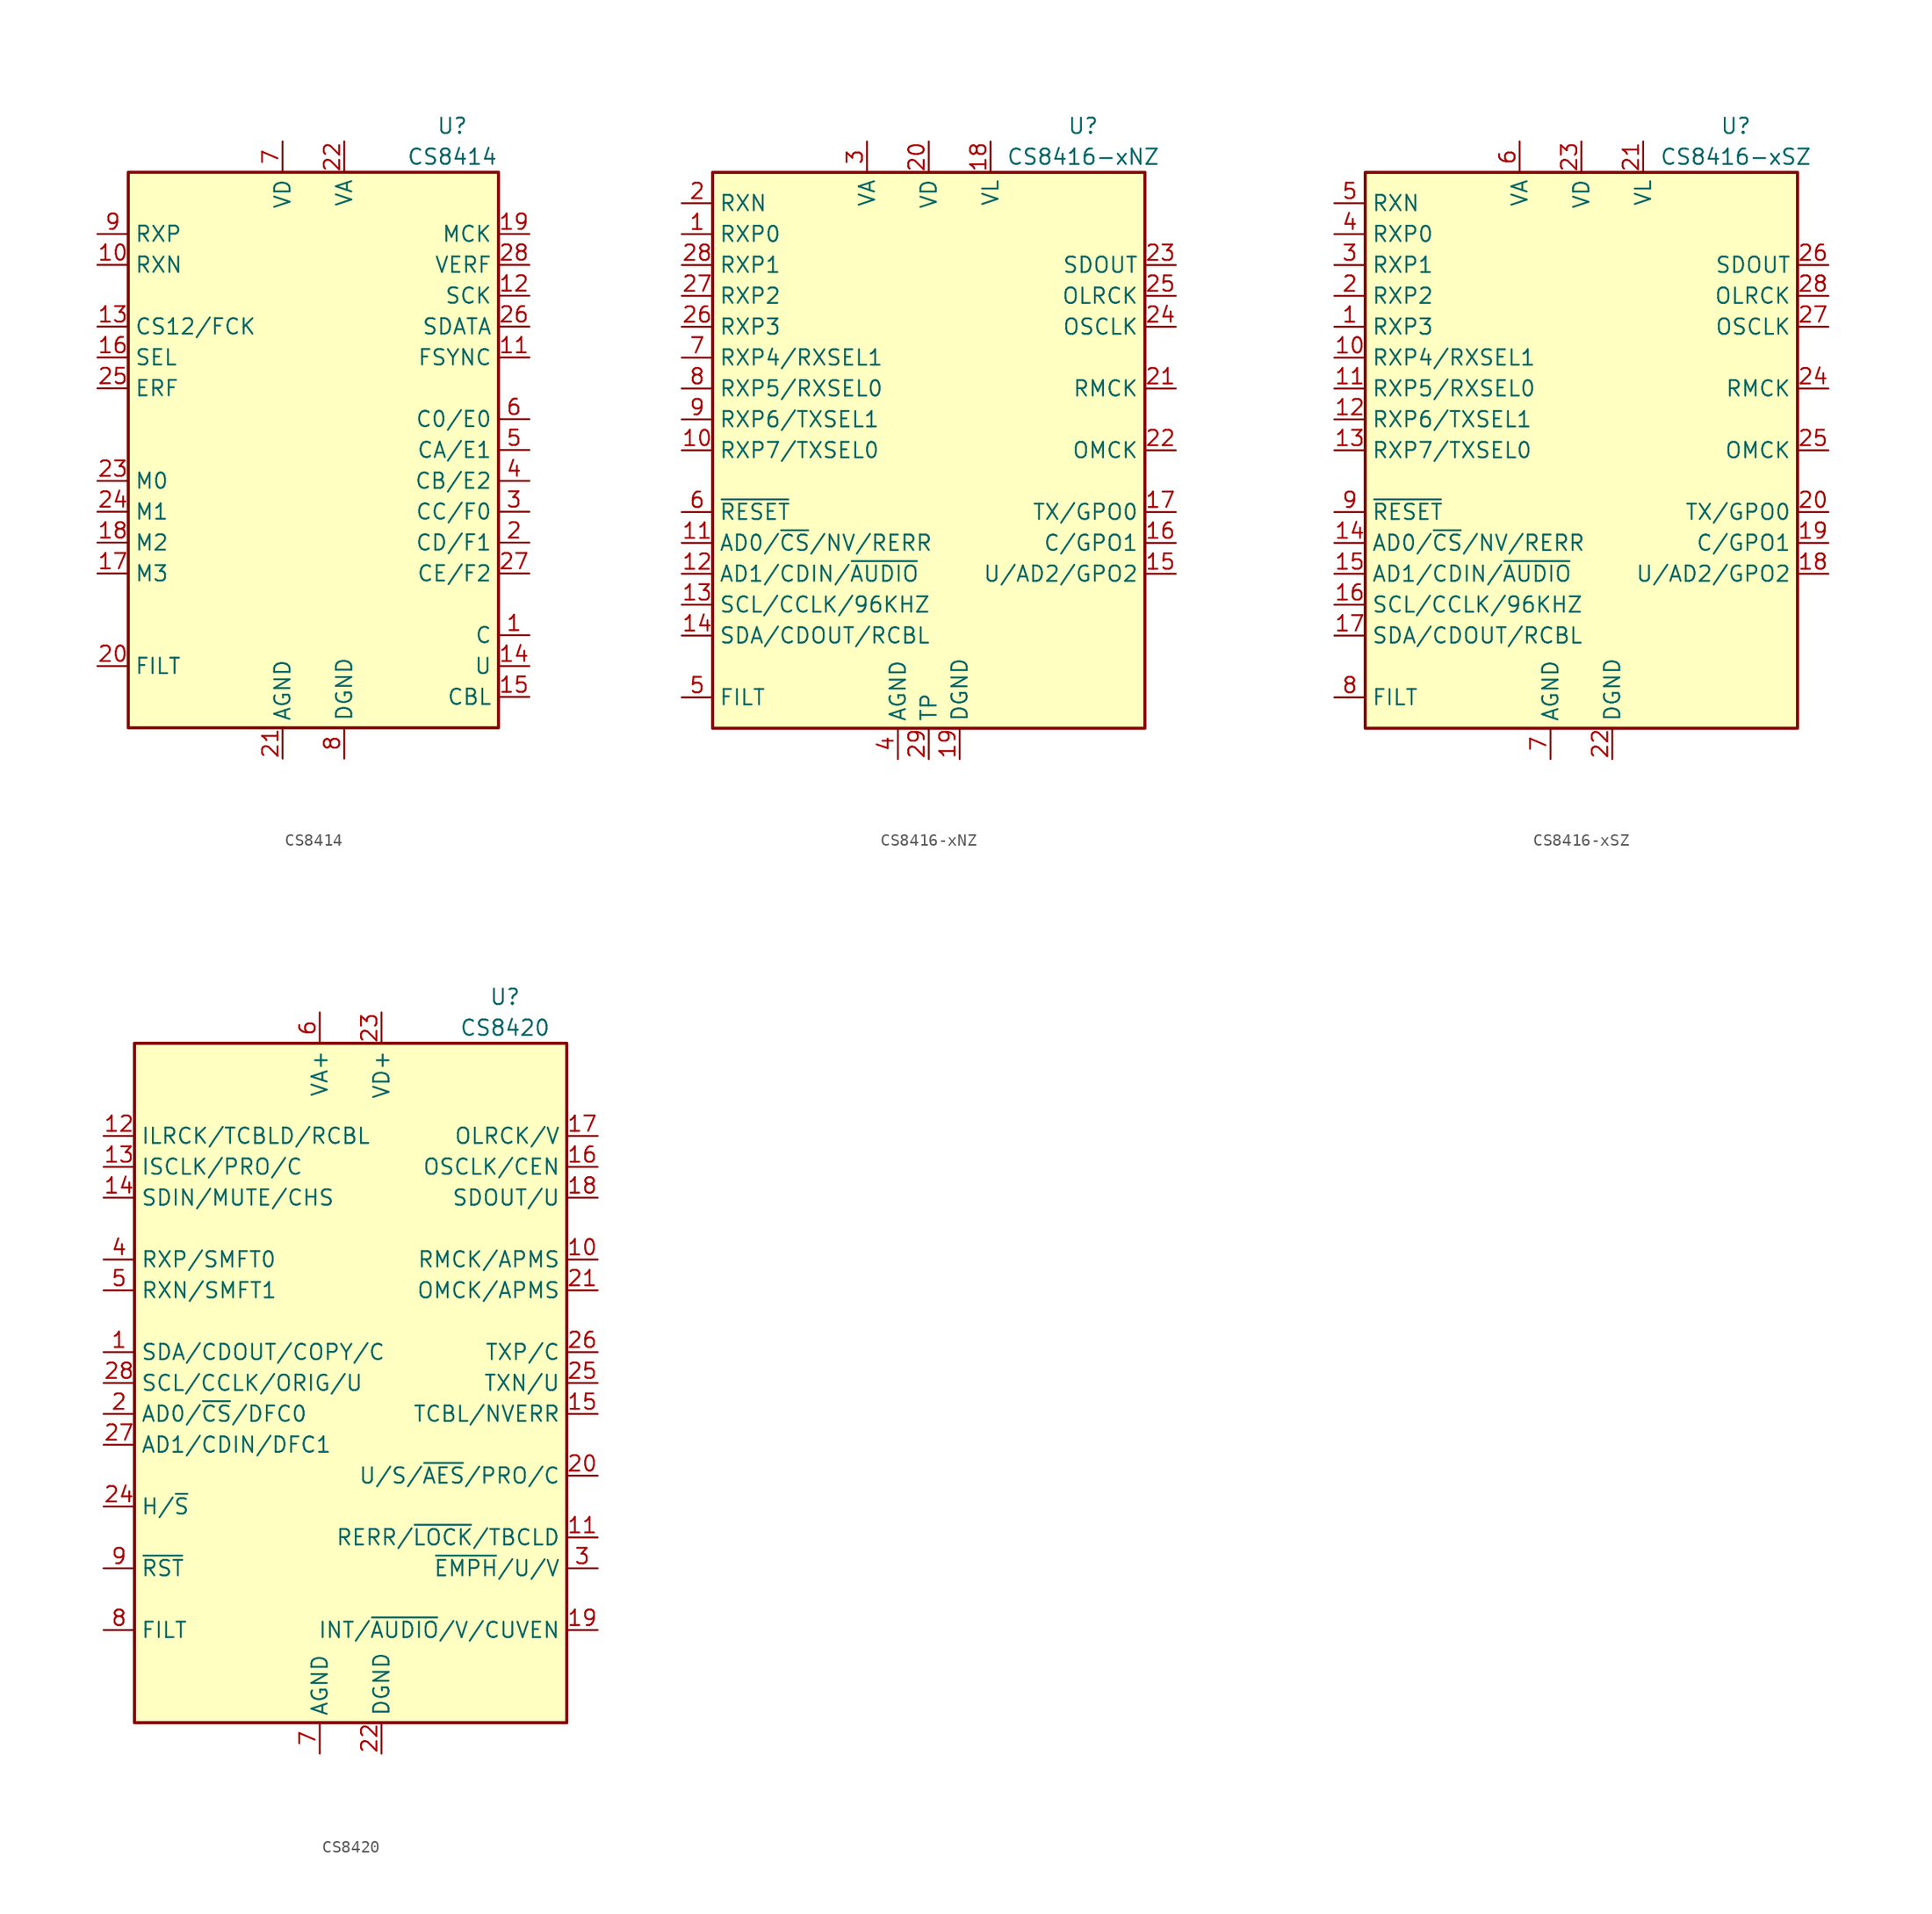
<source format=kicad_sym>
(kicad_symbol_lib
  (version 20231120)
  (generator "kicad_symbol_editor")
  (generator_version "8.0")
  (symbol "CS8414"
    (property "Reference" "U"
      (at 11.43 26.67 0)
      (effects (font (size 1.27 1.27))))
    (property "Value" "CS8414"
      (at 11.43 24.13 0)
      (effects (font (size 1.27 1.27))))
    (symbol "CS8414_0_1"
      (rectangle (start -15.24 -22.86) (end 15.24 22.86) (stroke (width 0.254) (type solid)) (fill (type background))))
    (symbol "CS8414_1_1"
      (pin output line (at 17.78 -15.24 180) (length 2.54) (name "C" (effects (font (size 1.27 1.27)))) (number "1" (effects (font (size 1.27 1.27)))))
      (pin input line (at -17.78 15.24 0) (length 2.54) (name "RXN" (effects (font (size 1.27 1.27)))) (number "10" (effects (font (size 1.27 1.27)))))
      (pin bidirectional line (at 17.78 7.62 180) (length 2.54) (name "FSYNC" (effects (font (size 1.27 1.27)))) (number "11" (effects (font (size 1.27 1.27)))))
      (pin bidirectional line (at 17.78 12.7 180) (length 2.54) (name "SCK" (effects (font (size 1.27 1.27)))) (number "12" (effects (font (size 1.27 1.27)))))
      (pin input line (at -17.78 10.16 0) (length 2.54) (name "CS12/FCK" (effects (font (size 1.27 1.27)))) (number "13" (effects (font (size 1.27 1.27)))))
      (pin output line (at 17.78 -17.78 180) (length 2.54) (name "U" (effects (font (size 1.27 1.27)))) (number "14" (effects (font (size 1.27 1.27)))))
      (pin output line (at 17.78 -20.32 180) (length 2.54) (name "CBL" (effects (font (size 1.27 1.27)))) (number "15" (effects (font (size 1.27 1.27)))))
      (pin input line (at -17.78 7.62 0) (length 2.54) (name "SEL" (effects (font (size 1.27 1.27)))) (number "16" (effects (font (size 1.27 1.27)))))
      (pin input line (at -17.78 -10.16 0) (length 2.54) (name "M3" (effects (font (size 1.27 1.27)))) (number "17" (effects (font (size 1.27 1.27)))))
      (pin input line (at -17.78 -7.62 0) (length 2.54) (name "M2" (effects (font (size 1.27 1.27)))) (number "18" (effects (font (size 1.27 1.27)))))
      (pin output line (at 17.78 17.78 180) (length 2.54) (name "MCK" (effects (font (size 1.27 1.27)))) (number "19" (effects (font (size 1.27 1.27)))))
      (pin output line (at 17.78 -7.62 180) (length 2.54) (name "CD/F1" (effects (font (size 1.27 1.27)))) (number "2" (effects (font (size 1.27 1.27)))))
      (pin input line (at -17.78 -17.78 0) (length 2.54) (name "FILT" (effects (font (size 1.27 1.27)))) (number "20" (effects (font (size 1.27 1.27)))))
      (pin power_in line (at -2.54 -25.4 90) (length 2.54) (name "AGND" (effects (font (size 1.27 1.27)))) (number "21" (effects (font (size 1.27 1.27)))))
      (pin power_in line (at 2.54 25.4 270) (length 2.54) (name "VA" (effects (font (size 1.27 1.27)))) (number "22" (effects (font (size 1.27 1.27)))))
      (pin input line (at -17.78 -2.54 0) (length 2.54) (name "M0" (effects (font (size 1.27 1.27)))) (number "23" (effects (font (size 1.27 1.27)))))
      (pin input line (at -17.78 -5.08 0) (length 2.54) (name "M1" (effects (font (size 1.27 1.27)))) (number "24" (effects (font (size 1.27 1.27)))))
      (pin output line (at -17.78 5.08 0) (length 2.54) (name "ERF" (effects (font (size 1.27 1.27)))) (number "25" (effects (font (size 1.27 1.27)))))
      (pin output line (at 17.78 10.16 180) (length 2.54) (name "SDATA" (effects (font (size 1.27 1.27)))) (number "26" (effects (font (size 1.27 1.27)))))
      (pin output line (at 17.78 -10.16 180) (length 2.54) (name "CE/F2" (effects (font (size 1.27 1.27)))) (number "27" (effects (font (size 1.27 1.27)))))
      (pin output line (at 17.78 15.24 180) (length 2.54) (name "VERF" (effects (font (size 1.27 1.27)))) (number "28" (effects (font (size 1.27 1.27)))))
      (pin output line (at 17.78 -5.08 180) (length 2.54) (name "CC/F0" (effects (font (size 1.27 1.27)))) (number "3" (effects (font (size 1.27 1.27)))))
      (pin output line (at 17.78 -2.54 180) (length 2.54) (name "CB/E2" (effects (font (size 1.27 1.27)))) (number "4" (effects (font (size 1.27 1.27)))))
      (pin output line (at 17.78 0 180) (length 2.54) (name "CA/E1" (effects (font (size 1.27 1.27)))) (number "5" (effects (font (size 1.27 1.27)))))
      (pin output line (at 17.78 2.54 180) (length 2.54) (name "C0/E0" (effects (font (size 1.27 1.27)))) (number "6" (effects (font (size 1.27 1.27)))))
      (pin power_in line (at -2.54 25.4 270) (length 2.54) (name "VD" (effects (font (size 1.27 1.27)))) (number "7" (effects (font (size 1.27 1.27)))))
      (pin power_in line (at 2.54 -25.4 90) (length 2.54) (name "DGND" (effects (font (size 1.27 1.27)))) (number "8" (effects (font (size 1.27 1.27)))))
      (pin input line (at -17.78 17.78 0) (length 2.54) (name "RXP" (effects (font (size 1.27 1.27)))) (number "9" (effects (font (size 1.27 1.27)))))))
  (symbol "CS8416-xNZ"
    (property "Reference" "U"
      (at 12.7 26.67 0)
      (effects (font (size 1.27 1.27))))
    (property "Value" "CS8416-xNZ"
      (at 12.7 24.13 0)
      (effects (font (size 1.27 1.27))))
    (symbol "CS8416-xNZ_0_1"
      (rectangle (start -17.78 22.86) (end 17.78 -22.86) (stroke (width 0.254) (type solid)) (fill (type background))))
    (symbol "CS8416-xNZ_1_1"
      (pin input line (at -20.32 17.78 0) (length 2.54) (name "RXP0" (effects (font (size 1.27 1.27)))) (number "1" (effects (font (size 1.27 1.27)))))
      (pin input line (at -20.32 0 0) (length 2.54) (name "RXP7/TXSEL0" (effects (font (size 1.27 1.27)))) (number "10" (effects (font (size 1.27 1.27)))))
      (pin input line (at -20.32 -7.62 0) (length 2.54) (name "AD0/~{CS}/NV/RERR" (effects (font (size 1.27 1.27)))) (number "11" (effects (font (size 1.27 1.27)))))
      (pin input line (at -20.32 -10.16 0) (length 2.54) (name "AD1/CDIN/~{AUDIO}" (effects (font (size 1.27 1.27)))) (number "12" (effects (font (size 1.27 1.27)))))
      (pin input line (at -20.32 -12.7 0) (length 2.54) (name "SCL/CCLK/96KHZ" (effects (font (size 1.27 1.27)))) (number "13" (effects (font (size 1.27 1.27)))))
      (pin bidirectional line (at -20.32 -15.24 0) (length 2.54) (name "SDA/CDOUT/RCBL" (effects (font (size 1.27 1.27)))) (number "14" (effects (font (size 1.27 1.27)))))
      (pin output line (at 20.32 -10.16 180) (length 2.54) (name "U/AD2/GPO2" (effects (font (size 1.27 1.27)))) (number "15" (effects (font (size 1.27 1.27)))))
      (pin output line (at 20.32 -7.62 180) (length 2.54) (name "C/GPO1" (effects (font (size 1.27 1.27)))) (number "16" (effects (font (size 1.27 1.27)))))
      (pin output line (at 20.32 -5.08 180) (length 2.54) (name "TX/GPO0" (effects (font (size 1.27 1.27)))) (number "17" (effects (font (size 1.27 1.27)))))
      (pin power_in line (at 5.08 25.4 270) (length 2.54) (name "VL" (effects (font (size 1.27 1.27)))) (number "18" (effects (font (size 1.27 1.27)))))
      (pin power_in line (at 2.54 -25.4 90) (length 2.54) (name "DGND" (effects (font (size 1.27 1.27)))) (number "19" (effects (font (size 1.27 1.27)))))
      (pin input line (at -20.32 20.32 0) (length 2.54) (name "RXN" (effects (font (size 1.27 1.27)))) (number "2" (effects (font (size 1.27 1.27)))))
      (pin power_in line (at 0 25.4 270) (length 2.54) (name "VD" (effects (font (size 1.27 1.27)))) (number "20" (effects (font (size 1.27 1.27)))))
      (pin output line (at 20.32 5.08 180) (length 2.54) (name "RMCK" (effects (font (size 1.27 1.27)))) (number "21" (effects (font (size 1.27 1.27)))))
      (pin input line (at 20.32 0 180) (length 2.54) (name "OMCK" (effects (font (size 1.27 1.27)))) (number "22" (effects (font (size 1.27 1.27)))))
      (pin output line (at 20.32 15.24 180) (length 2.54) (name "SDOUT" (effects (font (size 1.27 1.27)))) (number "23" (effects (font (size 1.27 1.27)))))
      (pin bidirectional line (at 20.32 10.16 180) (length 2.54) (name "OSCLK" (effects (font (size 1.27 1.27)))) (number "24" (effects (font (size 1.27 1.27)))))
      (pin bidirectional line (at 20.32 12.7 180) (length 2.54) (name "OLRCK" (effects (font (size 1.27 1.27)))) (number "25" (effects (font (size 1.27 1.27)))))
      (pin input line (at -20.32 10.16 0) (length 2.54) (name "RXP3" (effects (font (size 1.27 1.27)))) (number "26" (effects (font (size 1.27 1.27)))))
      (pin input line (at -20.32 12.7 0) (length 2.54) (name "RXP2" (effects (font (size 1.27 1.27)))) (number "27" (effects (font (size 1.27 1.27)))))
      (pin input line (at -20.32 15.24 0) (length 2.54) (name "RXP1" (effects (font (size 1.27 1.27)))) (number "28" (effects (font (size 1.27 1.27)))))
      (pin power_in line (at 0 -25.4 90) (length 2.54) (name "TP" (effects (font (size 1.27 1.27)))) (number "29" (effects (font (size 1.27 1.27)))))
      (pin power_in line (at -5.08 25.4 270) (length 2.54) (name "VA" (effects (font (size 1.27 1.27)))) (number "3" (effects (font (size 1.27 1.27)))))
      (pin power_in line (at -2.54 -25.4 90) (length 2.54) (name "AGND" (effects (font (size 1.27 1.27)))) (number "4" (effects (font (size 1.27 1.27)))))
      (pin passive line (at -20.32 -20.32 0) (length 2.54) (name "FILT" (effects (font (size 1.27 1.27)))) (number "5" (effects (font (size 1.27 1.27)))))
      (pin input line (at -20.32 -5.08 0) (length 2.54) (name "~{RESET}" (effects (font (size 1.27 1.27)))) (number "6" (effects (font (size 1.27 1.27)))))
      (pin input line (at -20.32 7.62 0) (length 2.54) (name "RXP4/RXSEL1" (effects (font (size 1.27 1.27)))) (number "7" (effects (font (size 1.27 1.27)))))
      (pin input line (at -20.32 5.08 0) (length 2.54) (name "RXP5/RXSEL0" (effects (font (size 1.27 1.27)))) (number "8" (effects (font (size 1.27 1.27)))))
      (pin input line (at -20.32 2.54 0) (length 2.54) (name "RXP6/TXSEL1" (effects (font (size 1.27 1.27)))) (number "9" (effects (font (size 1.27 1.27)))))))
  (symbol "CS8416-xSZ"
    (property "Reference" "U"
      (at 12.7 26.67 0)
      (effects (font (size 1.27 1.27))))
    (property "Value" "CS8416-xSZ"
      (at 12.7 24.13 0)
      (effects (font (size 1.27 1.27))))
    (symbol "CS8416-xSZ_0_1"
      (rectangle (start -17.78 22.86) (end 17.78 -22.86) (stroke (width 0.254) (type solid)) (fill (type background))))
    (symbol "CS8416-xSZ_1_1"
      (pin input line (at -20.32 10.16 0) (length 2.54) (name "RXP3" (effects (font (size 1.27 1.27)))) (number "1" (effects (font (size 1.27 1.27)))))
      (pin input line (at -20.32 7.62 0) (length 2.54) (name "RXP4/RXSEL1" (effects (font (size 1.27 1.27)))) (number "10" (effects (font (size 1.27 1.27)))))
      (pin input line (at -20.32 5.08 0) (length 2.54) (name "RXP5/RXSEL0" (effects (font (size 1.27 1.27)))) (number "11" (effects (font (size 1.27 1.27)))))
      (pin input line (at -20.32 2.54 0) (length 2.54) (name "RXP6/TXSEL1" (effects (font (size 1.27 1.27)))) (number "12" (effects (font (size 1.27 1.27)))))
      (pin input line (at -20.32 0 0) (length 2.54) (name "RXP7/TXSEL0" (effects (font (size 1.27 1.27)))) (number "13" (effects (font (size 1.27 1.27)))))
      (pin input line (at -20.32 -7.62 0) (length 2.54) (name "AD0/~{CS}/NV/RERR" (effects (font (size 1.27 1.27)))) (number "14" (effects (font (size 1.27 1.27)))))
      (pin input line (at -20.32 -10.16 0) (length 2.54) (name "AD1/CDIN/~{AUDIO}" (effects (font (size 1.27 1.27)))) (number "15" (effects (font (size 1.27 1.27)))))
      (pin input line (at -20.32 -12.7 0) (length 2.54) (name "SCL/CCLK/96KHZ" (effects (font (size 1.27 1.27)))) (number "16" (effects (font (size 1.27 1.27)))))
      (pin bidirectional line (at -20.32 -15.24 0) (length 2.54) (name "SDA/CDOUT/RCBL" (effects (font (size 1.27 1.27)))) (number "17" (effects (font (size 1.27 1.27)))))
      (pin output line (at 20.32 -10.16 180) (length 2.54) (name "U/AD2/GPO2" (effects (font (size 1.27 1.27)))) (number "18" (effects (font (size 1.27 1.27)))))
      (pin output line (at 20.32 -7.62 180) (length 2.54) (name "C/GPO1" (effects (font (size 1.27 1.27)))) (number "19" (effects (font (size 1.27 1.27)))))
      (pin input line (at -20.32 12.7 0) (length 2.54) (name "RXP2" (effects (font (size 1.27 1.27)))) (number "2" (effects (font (size 1.27 1.27)))))
      (pin output line (at 20.32 -5.08 180) (length 2.54) (name "TX/GPO0" (effects (font (size 1.27 1.27)))) (number "20" (effects (font (size 1.27 1.27)))))
      (pin power_in line (at 5.08 25.4 270) (length 2.54) (name "VL" (effects (font (size 1.27 1.27)))) (number "21" (effects (font (size 1.27 1.27)))))
      (pin power_in line (at 2.54 -25.4 90) (length 2.54) (name "DGND" (effects (font (size 1.27 1.27)))) (number "22" (effects (font (size 1.27 1.27)))))
      (pin power_in line (at 0 25.4 270) (length 2.54) (name "VD" (effects (font (size 1.27 1.27)))) (number "23" (effects (font (size 1.27 1.27)))))
      (pin output line (at 20.32 5.08 180) (length 2.54) (name "RMCK" (effects (font (size 1.27 1.27)))) (number "24" (effects (font (size 1.27 1.27)))))
      (pin input line (at 20.32 0 180) (length 2.54) (name "OMCK" (effects (font (size 1.27 1.27)))) (number "25" (effects (font (size 1.27 1.27)))))
      (pin output line (at 20.32 15.24 180) (length 2.54) (name "SDOUT" (effects (font (size 1.27 1.27)))) (number "26" (effects (font (size 1.27 1.27)))))
      (pin bidirectional line (at 20.32 10.16 180) (length 2.54) (name "OSCLK" (effects (font (size 1.27 1.27)))) (number "27" (effects (font (size 1.27 1.27)))))
      (pin bidirectional line (at 20.32 12.7 180) (length 2.54) (name "OLRCK" (effects (font (size 1.27 1.27)))) (number "28" (effects (font (size 1.27 1.27)))))
      (pin input line (at -20.32 15.24 0) (length 2.54) (name "RXP1" (effects (font (size 1.27 1.27)))) (number "3" (effects (font (size 1.27 1.27)))))
      (pin input line (at -20.32 17.78 0) (length 2.54) (name "RXP0" (effects (font (size 1.27 1.27)))) (number "4" (effects (font (size 1.27 1.27)))))
      (pin input line (at -20.32 20.32 0) (length 2.54) (name "RXN" (effects (font (size 1.27 1.27)))) (number "5" (effects (font (size 1.27 1.27)))))
      (pin power_in line (at -5.08 25.4 270) (length 2.54) (name "VA" (effects (font (size 1.27 1.27)))) (number "6" (effects (font (size 1.27 1.27)))))
      (pin power_in line (at -2.54 -25.4 90) (length 2.54) (name "AGND" (effects (font (size 1.27 1.27)))) (number "7" (effects (font (size 1.27 1.27)))))
      (pin passive line (at -20.32 -20.32 0) (length 2.54) (name "FILT" (effects (font (size 1.27 1.27)))) (number "8" (effects (font (size 1.27 1.27)))))
      (pin input line (at -20.32 -5.08 0) (length 2.54) (name "~{RESET}" (effects (font (size 1.27 1.27)))) (number "9" (effects (font (size 1.27 1.27)))))))
  (symbol "CS8420"
    (property "Reference" "U"
      (at 12.7 31.75 0)
      (effects (font (size 1.27 1.27))))
    (property "Value" "CS8420"
      (at 12.7 29.21 0)
      (effects (font (size 1.27 1.27))))
    (symbol "CS8420_0_1"
      (rectangle (start -17.78 27.94) (end 17.78 -27.94) (stroke (width 0.254) (type solid)) (fill (type background))))
    (symbol "CS8420_1_1"
      (pin bidirectional line (at -20.32 2.54 0) (length 2.54) (name "SDA/CDOUT/COPY/C" (effects (font (size 1.27 1.27)))) (number "1" (effects (font (size 1.27 1.27)))))
      (pin bidirectional line (at 20.32 10.16 180) (length 2.54) (name "RMCK/APMS" (effects (font (size 1.27 1.27)))) (number "10" (effects (font (size 1.27 1.27)))))
      (pin output line (at 20.32 -12.7 180) (length 2.54) (name "RERR/~{LOCK}/TBCLD" (effects (font (size 1.27 1.27)))) (number "11" (effects (font (size 1.27 1.27)))))
      (pin bidirectional line (at -20.32 20.32 0) (length 2.54) (name "ILRCK/TCBLD/RCBL" (effects (font (size 1.27 1.27)))) (number "12" (effects (font (size 1.27 1.27)))))
      (pin bidirectional line (at -20.32 17.78 0) (length 2.54) (name "ISCLK/PRO/C" (effects (font (size 1.27 1.27)))) (number "13" (effects (font (size 1.27 1.27)))))
      (pin input line (at -20.32 15.24 0) (length 2.54) (name "SDIN/MUTE/CHS" (effects (font (size 1.27 1.27)))) (number "14" (effects (font (size 1.27 1.27)))))
      (pin bidirectional line (at 20.32 -2.54 180) (length 2.54) (name "TCBL/NVERR" (effects (font (size 1.27 1.27)))) (number "15" (effects (font (size 1.27 1.27)))))
      (pin bidirectional line (at 20.32 17.78 180) (length 2.54) (name "OSCLK/CEN" (effects (font (size 1.27 1.27)))) (number "16" (effects (font (size 1.27 1.27)))))
      (pin bidirectional line (at 20.32 20.32 180) (length 2.54) (name "OLRCK/V" (effects (font (size 1.27 1.27)))) (number "17" (effects (font (size 1.27 1.27)))))
      (pin bidirectional line (at 20.32 15.24 180) (length 2.54) (name "SDOUT/U" (effects (font (size 1.27 1.27)))) (number "18" (effects (font (size 1.27 1.27)))))
      (pin bidirectional line (at 20.32 -20.32 180) (length 2.54) (name "INT/~{AUDIO}/V/CUVEN" (effects (font (size 1.27 1.27)))) (number "19" (effects (font (size 1.27 1.27)))))
      (pin input line (at -20.32 -2.54 0) (length 2.54) (name "AD0/~{CS}/DFC0" (effects (font (size 1.27 1.27)))) (number "2" (effects (font (size 1.27 1.27)))))
      (pin bidirectional line (at 20.32 -7.62 180) (length 2.54) (name "U/S/~{AES}/PRO/C" (effects (font (size 1.27 1.27)))) (number "20" (effects (font (size 1.27 1.27)))))
      (pin input line (at 20.32 7.62 180) (length 2.54) (name "OMCK/APMS" (effects (font (size 1.27 1.27)))) (number "21" (effects (font (size 1.27 1.27)))))
      (pin power_in line (at 2.54 -30.48 90) (length 2.54) (name "DGND" (effects (font (size 1.27 1.27)))) (number "22" (effects (font (size 1.27 1.27)))))
      (pin power_in line (at 2.54 30.48 270) (length 2.54) (name "VD+" (effects (font (size 1.27 1.27)))) (number "23" (effects (font (size 1.27 1.27)))))
      (pin input line (at -20.32 -10.16 0) (length 2.54) (name "H/~{S}" (effects (font (size 1.27 1.27)))) (number "24" (effects (font (size 1.27 1.27)))))
      (pin output line (at 20.32 0 180) (length 2.54) (name "TXN/U" (effects (font (size 1.27 1.27)))) (number "25" (effects (font (size 1.27 1.27)))))
      (pin output line (at 20.32 2.54 180) (length 2.54) (name "TXP/C" (effects (font (size 1.27 1.27)))) (number "26" (effects (font (size 1.27 1.27)))))
      (pin input line (at -20.32 -5.08 0) (length 2.54) (name "AD1/CDIN/DFC1" (effects (font (size 1.27 1.27)))) (number "27" (effects (font (size 1.27 1.27)))))
      (pin bidirectional line (at -20.32 0 0) (length 2.54) (name "SCL/CCLK/ORIG/U" (effects (font (size 1.27 1.27)))) (number "28" (effects (font (size 1.27 1.27)))))
      (pin bidirectional line (at 20.32 -15.24 180) (length 2.54) (name "~{EMPH}/U/V" (effects (font (size 1.27 1.27)))) (number "3" (effects (font (size 1.27 1.27)))))
      (pin input line (at -20.32 10.16 0) (length 2.54) (name "RXP/SMFT0" (effects (font (size 1.27 1.27)))) (number "4" (effects (font (size 1.27 1.27)))))
      (pin input line (at -20.32 7.62 0) (length 2.54) (name "RXN/SMFT1" (effects (font (size 1.27 1.27)))) (number "5" (effects (font (size 1.27 1.27)))))
      (pin power_in line (at -2.54 30.48 270) (length 2.54) (name "VA+" (effects (font (size 1.27 1.27)))) (number "6" (effects (font (size 1.27 1.27)))))
      (pin power_in line (at -2.54 -30.48 90) (length 2.54) (name "AGND" (effects (font (size 1.27 1.27)))) (number "7" (effects (font (size 1.27 1.27)))))
      (pin passive line (at -20.32 -20.32 0) (length 2.54) (name "FILT" (effects (font (size 1.27 1.27)))) (number "8" (effects (font (size 1.27 1.27)))))
      (pin input line (at -20.32 -15.24 0) (length 2.54) (name "~{RST}" (effects (font (size 1.27 1.27)))) (number "9" (effects (font (size 1.27 1.27))))))))
</source>
